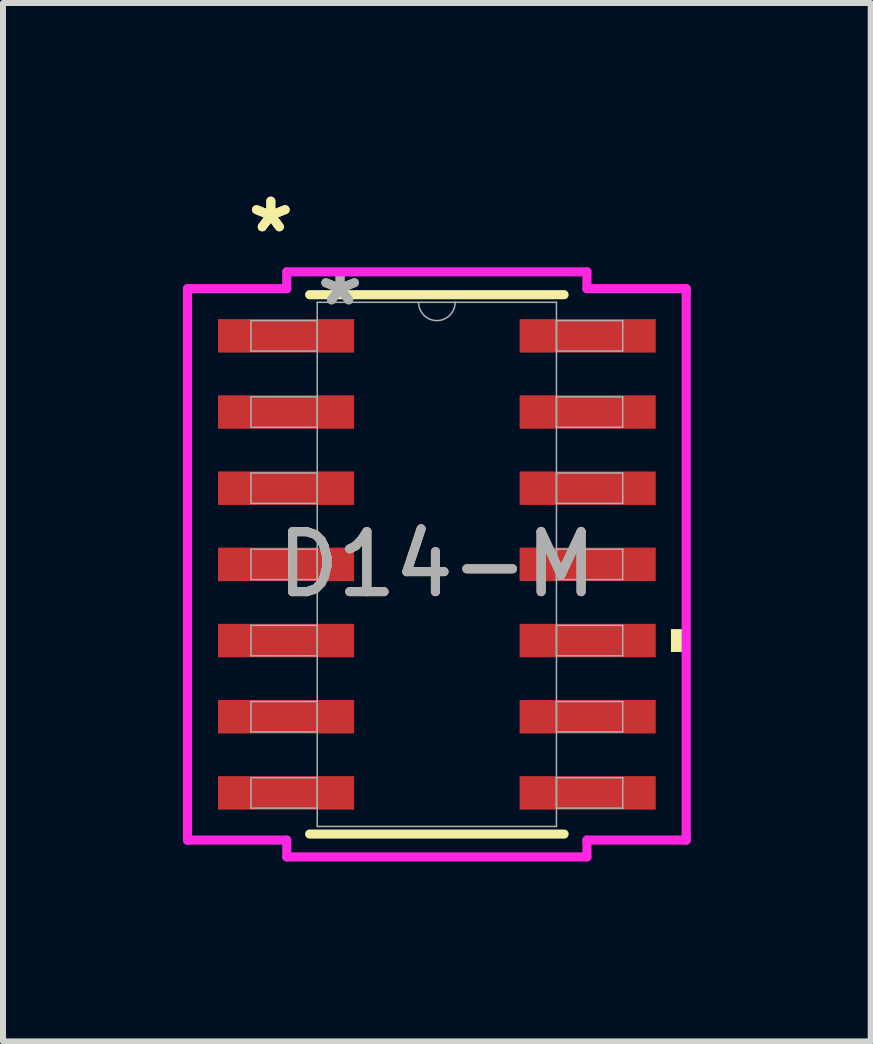
<source format=kicad_pcb>
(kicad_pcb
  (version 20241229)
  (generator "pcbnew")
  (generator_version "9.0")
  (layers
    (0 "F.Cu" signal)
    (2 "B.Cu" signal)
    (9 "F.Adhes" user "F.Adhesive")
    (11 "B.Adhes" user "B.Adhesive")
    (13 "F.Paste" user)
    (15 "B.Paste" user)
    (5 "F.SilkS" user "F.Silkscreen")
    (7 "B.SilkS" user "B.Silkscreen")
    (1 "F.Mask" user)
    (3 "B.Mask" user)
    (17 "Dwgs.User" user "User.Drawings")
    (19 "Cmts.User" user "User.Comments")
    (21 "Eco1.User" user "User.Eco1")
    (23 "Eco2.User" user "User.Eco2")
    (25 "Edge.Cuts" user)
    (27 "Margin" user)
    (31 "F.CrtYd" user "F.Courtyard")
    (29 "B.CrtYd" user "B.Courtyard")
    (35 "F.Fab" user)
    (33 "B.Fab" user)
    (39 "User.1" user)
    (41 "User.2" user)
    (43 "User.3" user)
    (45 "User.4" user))
  (footprint "D14-M"
    (layer "F.Cu")
    (at 4.233 6.359)
    (property "Reference" "D14-M" (at 0 0 0) (unlocked yes) (layer "F.SilkS") (effects (font (size 1 1) (thickness 0.15))))
    (attr smd)
    (fp_line (start -2.121 4.496) (end 2.121 4.496) (stroke (width 0.152) (type solid)) (layer "F.SilkS"))
    (fp_line (start 2.121 -4.496) (end -2.121 -4.496) (stroke (width 0.152) (type solid)) (layer "F.SilkS"))
    (fp_poly (pts (xy 4.157 1.079) (xy 4.157 1.46) (xy 3.903 1.46) (xy 3.903 1.079)) (stroke (width 0) (type solid)) (fill yes) (layer "F.SilkS"))
    (fp_line (start -4.157 -4.597) (end -2.502 -4.597) (stroke (width 0.152) (type solid)) (layer "F.CrtYd"))
    (fp_line (start -4.157 4.597) (end -4.157 -4.597) (stroke (width 0.152) (type solid)) (layer "F.CrtYd"))
    (fp_line (start -4.157 4.597) (end -2.502 4.597) (stroke (width 0.152) (type solid)) (layer "F.CrtYd"))
    (fp_line (start -2.502 -4.877) (end 2.502 -4.877) (stroke (width 0.152) (type solid)) (layer "F.CrtYd"))
    (fp_line (start -2.502 -4.597) (end -2.502 -4.877) (stroke (width 0.152) (type solid)) (layer "F.CrtYd"))
    (fp_line (start -2.502 4.877) (end -2.502 4.597) (stroke (width 0.152) (type solid)) (layer "F.CrtYd"))
    (fp_line (start 2.502 -4.877) (end 2.502 -4.597) (stroke (width 0.152) (type solid)) (layer "F.CrtYd"))
    (fp_line (start 2.502 4.597) (end 2.502 4.877) (stroke (width 0.152) (type solid)) (layer "F.CrtYd"))
    (fp_line (start 2.502 4.877) (end -2.502 4.877) (stroke (width 0.152) (type solid)) (layer "F.CrtYd"))
    (fp_line (start 4.157 -4.597) (end 2.502 -4.597) (stroke (width 0.152) (type solid)) (layer "F.CrtYd"))
    (fp_line (start 4.157 -4.597) (end 4.157 4.597) (stroke (width 0.152) (type solid)) (layer "F.CrtYd"))
    (fp_line (start 4.157 4.597) (end 2.502 4.597) (stroke (width 0.152) (type solid)) (layer "F.CrtYd"))
    (fp_line (start -3.099 -4.064) (end -3.099 -3.556) (stroke (width 0.025) (type solid)) (layer "F.Fab"))
    (fp_line (start -3.099 -3.556) (end -1.994 -3.556) (stroke (width 0.025) (type solid)) (layer "F.Fab"))
    (fp_line (start -3.099 -2.794) (end -3.099 -2.286) (stroke (width 0.025) (type solid)) (layer "F.Fab"))
    (fp_line (start -3.099 -2.286) (end -1.994 -2.286) (stroke (width 0.025) (type solid)) (layer "F.Fab"))
    (fp_line (start -3.099 -1.524) (end -3.099 -1.016) (stroke (width 0.025) (type solid)) (layer "F.Fab"))
    (fp_line (start -3.099 -1.016) (end -1.994 -1.016) (stroke (width 0.025) (type solid)) (layer "F.Fab"))
    (fp_line (start -3.099 -0.254) (end -3.099 0.254) (stroke (width 0.025) (type solid)) (layer "F.Fab"))
    (fp_line (start -3.099 0.254) (end -1.994 0.254) (stroke (width 0.025) (type solid)) (layer "F.Fab"))
    (fp_line (start -3.099 1.016) (end -3.099 1.524) (stroke (width 0.025) (type solid)) (layer "F.Fab"))
    (fp_line (start -3.099 1.524) (end -1.994 1.524) (stroke (width 0.025) (type solid)) (layer "F.Fab"))
    (fp_line (start -3.099 2.286) (end -3.099 2.794) (stroke (width 0.025) (type solid)) (layer "F.Fab"))
    (fp_line (start -3.099 2.794) (end -1.994 2.794) (stroke (width 0.025) (type solid)) (layer "F.Fab"))
    (fp_line (start -3.099 3.556) (end -3.099 4.064) (stroke (width 0.025) (type solid)) (layer "F.Fab"))
    (fp_line (start -3.099 4.064) (end -1.994 4.064) (stroke (width 0.025) (type solid)) (layer "F.Fab"))
    (fp_line (start -1.994 -4.369) (end -1.994 4.369) (stroke (width 0.025) (type solid)) (layer "F.Fab"))
    (fp_line (start -1.994 -4.064) (end -3.099 -4.064) (stroke (width 0.025) (type solid)) (layer "F.Fab"))
    (fp_line (start -1.994 -3.556) (end -1.994 -4.064) (stroke (width 0.025) (type solid)) (layer "F.Fab"))
    (fp_line (start -1.994 -2.794) (end -3.099 -2.794) (stroke (width 0.025) (type solid)) (layer "F.Fab"))
    (fp_line (start -1.994 -2.286) (end -1.994 -2.794) (stroke (width 0.025) (type solid)) (layer "F.Fab"))
    (fp_line (start -1.994 -1.524) (end -3.099 -1.524) (stroke (width 0.025) (type solid)) (layer "F.Fab"))
    (fp_line (start -1.994 -1.016) (end -1.994 -1.524) (stroke (width 0.025) (type solid)) (layer "F.Fab"))
    (fp_line (start -1.994 -0.254) (end -3.099 -0.254) (stroke (width 0.025) (type solid)) (layer "F.Fab"))
    (fp_line (start -1.994 0.254) (end -1.994 -0.254) (stroke (width 0.025) (type solid)) (layer "F.Fab"))
    (fp_line (start -1.994 1.016) (end -3.099 1.016) (stroke (width 0.025) (type solid)) (layer "F.Fab"))
    (fp_line (start -1.994 1.524) (end -1.994 1.016) (stroke (width 0.025) (type solid)) (layer "F.Fab"))
    (fp_line (start -1.994 2.286) (end -3.099 2.286) (stroke (width 0.025) (type solid)) (layer "F.Fab"))
    (fp_line (start -1.994 2.794) (end -1.994 2.286) (stroke (width 0.025) (type solid)) (layer "F.Fab"))
    (fp_line (start -1.994 3.556) (end -3.099 3.556) (stroke (width 0.025) (type solid)) (layer "F.Fab"))
    (fp_line (start -1.994 4.064) (end -1.994 3.556) (stroke (width 0.025) (type solid)) (layer "F.Fab"))
    (fp_line (start -1.994 4.369) (end 1.994 4.369) (stroke (width 0.025) (type solid)) (layer "F.Fab"))
    (fp_line (start 1.994 -4.369) (end -1.994 -4.369) (stroke (width 0.025) (type solid)) (layer "F.Fab"))
    (fp_line (start 1.994 -4.064) (end 1.994 -3.556) (stroke (width 0.025) (type solid)) (layer "F.Fab"))
    (fp_line (start 1.994 -3.556) (end 3.099 -3.556) (stroke (width 0.025) (type solid)) (layer "F.Fab"))
    (fp_line (start 1.994 -2.794) (end 1.994 -2.286) (stroke (width 0.025) (type solid)) (layer "F.Fab"))
    (fp_line (start 1.994 -2.286) (end 3.099 -2.286) (stroke (width 0.025) (type solid)) (layer "F.Fab"))
    (fp_line (start 1.994 -1.524) (end 1.994 -1.016) (stroke (width 0.025) (type solid)) (layer "F.Fab"))
    (fp_line (start 1.994 -1.016) (end 3.099 -1.016) (stroke (width 0.025) (type solid)) (layer "F.Fab"))
    (fp_line (start 1.994 -0.254) (end 1.994 0.254) (stroke (width 0.025) (type solid)) (layer "F.Fab"))
    (fp_line (start 1.994 0.254) (end 3.099 0.254) (stroke (width 0.025) (type solid)) (layer "F.Fab"))
    (fp_line (start 1.994 1.016) (end 1.994 1.524) (stroke (width 0.025) (type solid)) (layer "F.Fab"))
    (fp_line (start 1.994 1.524) (end 3.099 1.524) (stroke (width 0.025) (type solid)) (layer "F.Fab"))
    (fp_line (start 1.994 2.286) (end 1.994 2.794) (stroke (width 0.025) (type solid)) (layer "F.Fab"))
    (fp_line (start 1.994 2.794) (end 3.099 2.794) (stroke (width 0.025) (type solid)) (layer "F.Fab"))
    (fp_line (start 1.994 3.556) (end 1.994 4.064) (stroke (width 0.025) (type solid)) (layer "F.Fab"))
    (fp_line (start 1.994 4.064) (end 3.099 4.064) (stroke (width 0.025) (type solid)) (layer "F.Fab"))
    (fp_line (start 1.994 4.369) (end 1.994 -4.369) (stroke (width 0.025) (type solid)) (layer "F.Fab"))
    (fp_line (start 3.099 -4.064) (end 1.994 -4.064) (stroke (width 0.025) (type solid)) (layer "F.Fab"))
    (fp_line (start 3.099 -3.556) (end 3.099 -4.064) (stroke (width 0.025) (type solid)) (layer "F.Fab"))
    (fp_line (start 3.099 -2.794) (end 1.994 -2.794) (stroke (width 0.025) (type solid)) (layer "F.Fab"))
    (fp_line (start 3.099 -2.286) (end 3.099 -2.794) (stroke (width 0.025) (type solid)) (layer "F.Fab"))
    (fp_line (start 3.099 -1.524) (end 1.994 -1.524) (stroke (width 0.025) (type solid)) (layer "F.Fab"))
    (fp_line (start 3.099 -1.016) (end 3.099 -1.524) (stroke (width 0.025) (type solid)) (layer "F.Fab"))
    (fp_line (start 3.099 -0.254) (end 1.994 -0.254) (stroke (width 0.025) (type solid)) (layer "F.Fab"))
    (fp_line (start 3.099 0.254) (end 3.099 -0.254) (stroke (width 0.025) (type solid)) (layer "F.Fab"))
    (fp_line (start 3.099 1.016) (end 1.994 1.016) (stroke (width 0.025) (type solid)) (layer "F.Fab"))
    (fp_line (start 3.099 1.524) (end 3.099 1.016) (stroke (width 0.025) (type solid)) (layer "F.Fab"))
    (fp_line (start 3.099 2.286) (end 1.994 2.286) (stroke (width 0.025) (type solid)) (layer "F.Fab"))
    (fp_line (start 3.099 2.794) (end 3.099 2.286) (stroke (width 0.025) (type solid)) (layer "F.Fab"))
    (fp_line (start 3.099 3.556) (end 1.994 3.556) (stroke (width 0.025) (type solid)) (layer "F.Fab"))
    (fp_line (start 3.099 4.064) (end 3.099 3.556) (stroke (width 0.025) (type solid)) (layer "F.Fab"))
    (fp_arc (start 0.3048 -4.3688) (mid 0 -4.064) (end -0.3048 -4.3688) (stroke (width 0.0254) (type solid)) (layer "F.Fab"))
    (fp_text user "*" (at -2.768 -5.511 0) (unlocked yes) (layer "F.SilkS") (effects (font (size 1 1) (thickness 0.15))))
    (fp_text user "*" (at -2.768 -5.511 0) (layer "F.SilkS") (effects (font (size 1 1) (thickness 0.15))))
    (fp_text user "*" (at -1.613 -4.293 0) (layer "F.Fab") (effects (font (size 1 1) (thickness 0.15))))
    (fp_text user "${REFERENCE}" (at 0 0 0) (unlocked yes) (layer "F.Fab") (effects (font (size 1 1) (thickness 0.15))))
    (fp_text user "*" (at -1.613 -4.293 0) (unlocked yes) (layer "F.Fab") (effects (font (size 1 1) (thickness 0.15))))
    (pad "1" smd rect (at -2.514 -3.81) (size 2.27 0.558) (layers "F.Cu" "F.Mask" "F.Paste"))
    (pad "2" smd rect (at -2.514 -2.54) (size 2.27 0.558) (layers "F.Cu" "F.Mask" "F.Paste"))
    (pad "3" smd rect (at -2.514 -1.27) (size 2.27 0.558) (layers "F.Cu" "F.Mask" "F.Paste"))
    (pad "4" smd rect (at -2.514 0) (size 2.27 0.558) (layers "F.Cu" "F.Mask" "F.Paste"))
    (pad "5" smd rect (at -2.514 1.27) (size 2.27 0.558) (layers "F.Cu" "F.Mask" "F.Paste"))
    (pad "6" smd rect (at -2.514 2.54) (size 2.27 0.558) (layers "F.Cu" "F.Mask" "F.Paste"))
    (pad "7" smd rect (at -2.514 3.81) (size 2.27 0.558) (layers "F.Cu" "F.Mask" "F.Paste"))
    (pad "8" smd rect (at 2.514 3.81) (size 2.27 0.558) (layers "F.Cu" "F.Mask" "F.Paste"))
    (pad "9" smd rect (at 2.514 2.54) (size 2.27 0.558) (layers "F.Cu" "F.Mask" "F.Paste"))
    (pad "10" smd rect (at 2.514 1.27) (size 2.27 0.558) (layers "F.Cu" "F.Mask" "F.Paste"))
    (pad "11" smd rect (at 2.514 0) (size 2.27 0.558) (layers "F.Cu" "F.Mask" "F.Paste"))
    (pad "12" smd rect (at 2.514 -1.27) (size 2.27 0.558) (layers "F.Cu" "F.Mask" "F.Paste"))
    (pad "13" smd rect (at 2.514 -2.54) (size 2.27 0.558) (layers "F.Cu" "F.Mask" "F.Paste"))
    (pad "14" smd rect (at 2.514 -3.81) (size 2.27 0.558) (layers "F.Cu" "F.Mask" "F.Paste")))
  (gr_rect
    (start -3 -3)
    (end 11.466 14.312)
    (stroke (width 0.1) (type default))
    (fill no)
    (layer "Edge.Cuts")))
</source>
